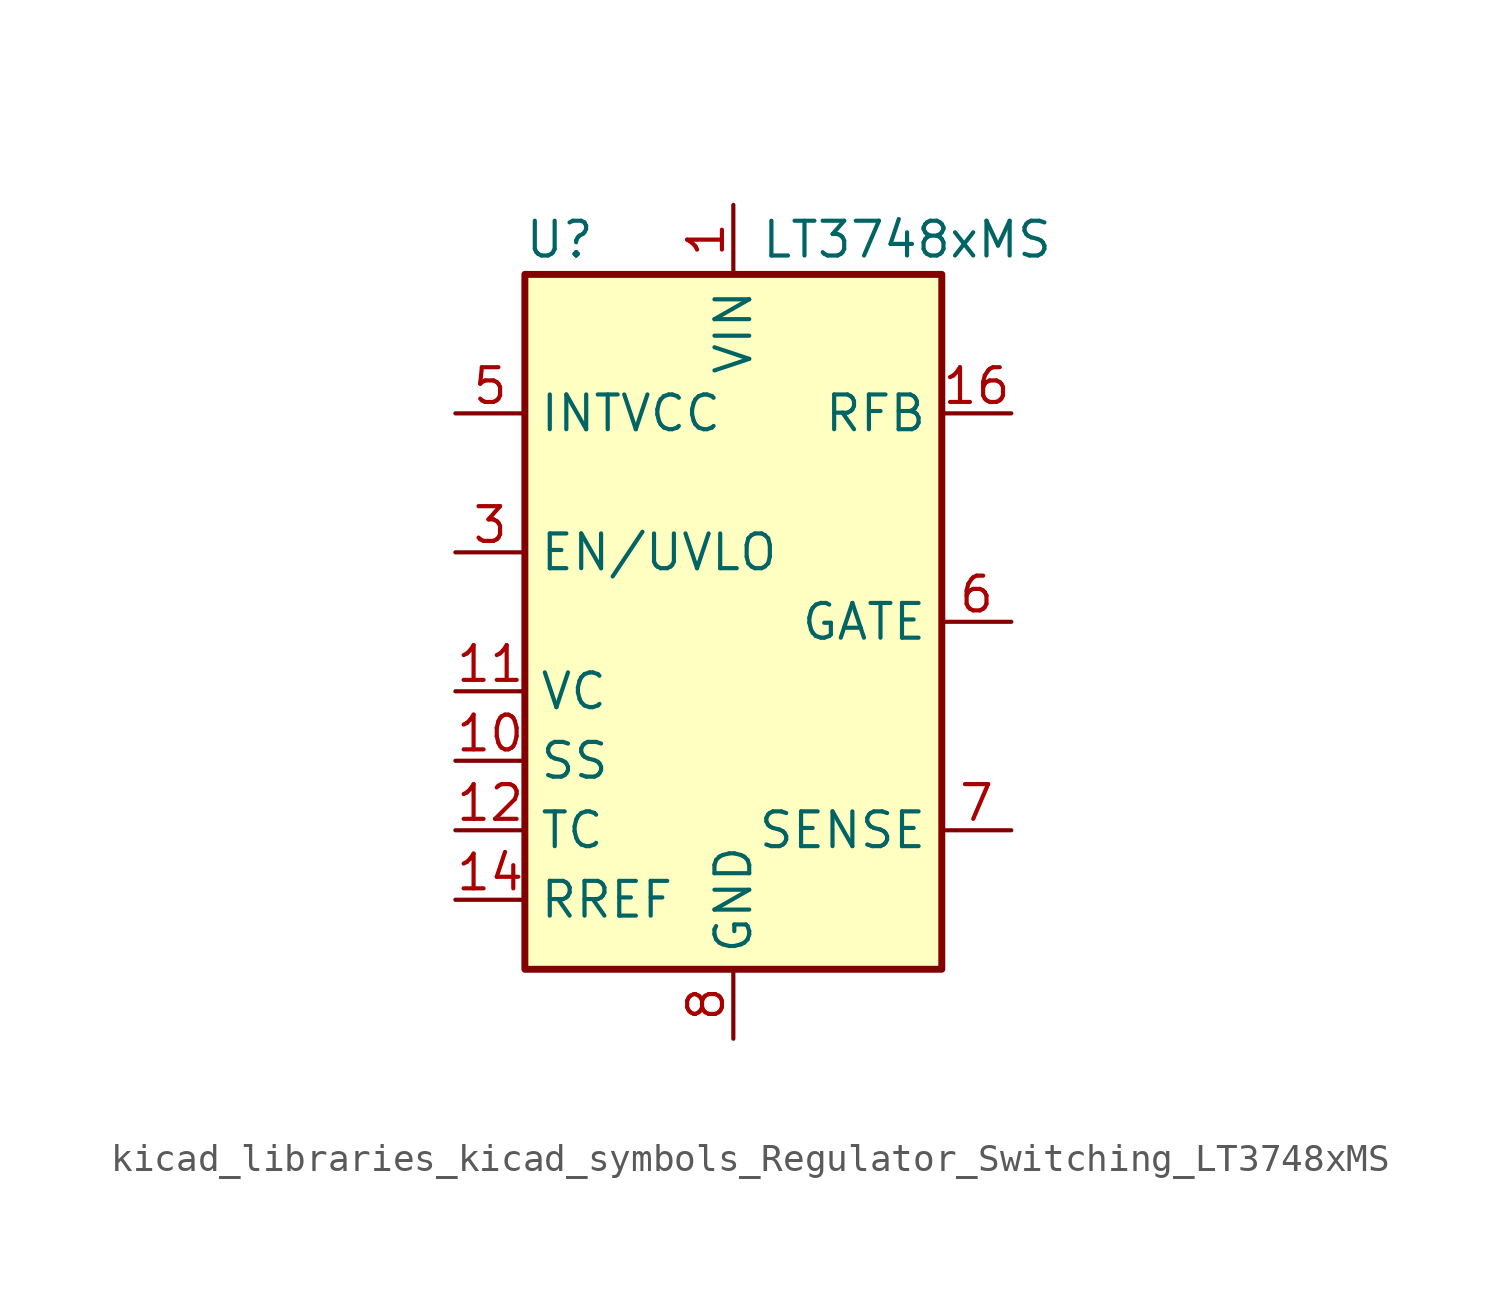
<source format=kicad_sym>
(kicad_symbol_lib
  (version 20220914)
  (generator kicad_symbol_editor)
  (symbol "kicad_libraries_kicad_symbols_Regulator_Switching_LT3748xMS"
    (property "Reference" "U"
      (at -6.35 13.97 0)
      (effects (font (size 1.27 1.27))))
    (property "Value" "LT3748xMS"
      (at 6.35 13.97 0)
      (effects (font (size 1.27 1.27))))
    (symbol "kicad_libraries_kicad_symbols_Regulator_Switching_LT3748xMS_0_1"
      (rectangle (start 7.62 12.7) (end -7.62 -12.7) (stroke (width 0.254) (type default)) (fill (type background))))
    (symbol "kicad_libraries_kicad_symbols_Regulator_Switching_LT3748xMS_1_1"
      (pin power_in line (at 0 15.24 270) (length 2.54) (name "VIN" (effects (font (size 1.27 1.27)))) (number "1" (effects (font (size 1.27 1.27)))))
      (pin passive line (at -10.16 -5.08 0) (length 2.54) (name "SS" (effects (font (size 1.27 1.27)))) (number "10" (effects (font (size 1.27 1.27)))))
      (pin passive line (at -10.16 -2.54 0) (length 2.54) (name "VC" (effects (font (size 1.27 1.27)))) (number "11" (effects (font (size 1.27 1.27)))))
      (pin passive line (at -10.16 -7.62 0) (length 2.54) (name "TC" (effects (font (size 1.27 1.27)))) (number "12" (effects (font (size 1.27 1.27)))))
      (pin passive line (at -10.16 -10.16 0) (length 2.54) (name "RREF" (effects (font (size 1.27 1.27)))) (number "14" (effects (font (size 1.27 1.27)))))
      (pin input line (at 10.16 7.62 180) (length 2.54) (name "RFB" (effects (font (size 1.27 1.27)))) (number "16" (effects (font (size 1.27 1.27)))))
      (pin input line (at -10.16 2.54 0) (length 2.54) (name "EN/UVLO" (effects (font (size 1.27 1.27)))) (number "3" (effects (font (size 1.27 1.27)))))
      (pin passive line (at -10.16 7.62 0) (length 2.54) (name "INTVCC" (effects (font (size 1.27 1.27)))) (number "5" (effects (font (size 1.27 1.27)))))
      (pin output line (at 10.16 0 180) (length 2.54) (name "GATE" (effects (font (size 1.27 1.27)))) (number "6" (effects (font (size 1.27 1.27)))))
      (pin input line (at 10.16 -7.62 180) (length 2.54) (name "SENSE" (effects (font (size 1.27 1.27)))) (number "7" (effects (font (size 1.27 1.27)))))
      (pin power_in line (at 0 -15.24 90) (length 2.54) (name "GND" (effects (font (size 1.27 1.27)))) (number "8" (effects (font (size 1.27 1.27)))))
      (pin passive line (at 0 -15.24 90) (length 2.54) hide (name "GND" (effects (font (size 1.27 1.27)))) (number "9" (effects (font (size 1.27 1.27))))))))
</source>
